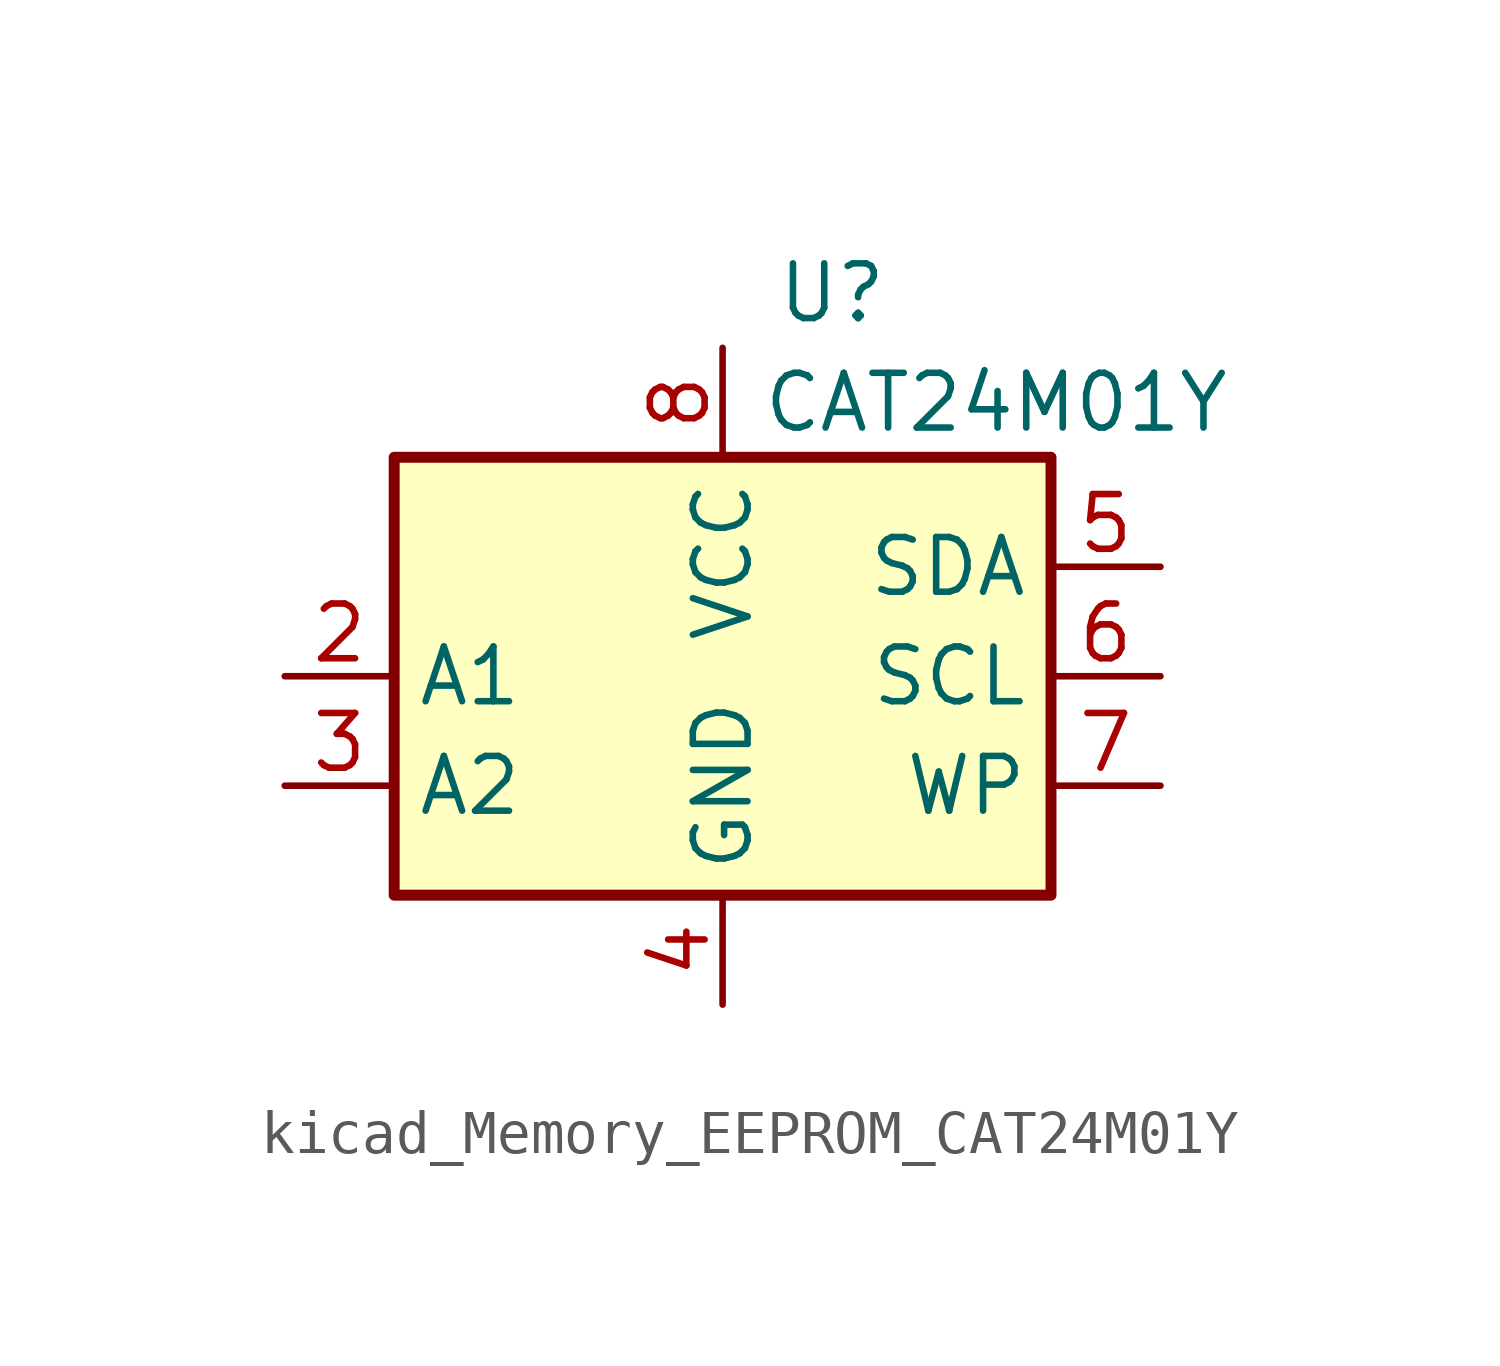
<source format=kicad_sym>
(kicad_symbol_lib
  (version 20220914)
  (generator kicad_symbol_editor)
  (symbol "kicad_Memory_EEPROM_CAT24M01Y"
    (property "Reference" "U"
      (at 2.54 8.89 0)
      (effects (font (size 1.27 1.27))))
    (property "Value" "CAT24M01Y"
      (at 6.35 6.35 0)
      (effects (font (size 1.27 1.27))))
    (symbol "kicad_Memory_EEPROM_CAT24M01Y_1_1"
      (rectangle (start -7.62 5.08) (end 7.62 -5.08) (stroke (width 0.254) (type default)) (fill (type background)))
      (pin no_connect line (at -7.62 2.54 0) (length 2.54) hide (name "NC" (effects (font (size 1.27 1.27)))) (number "1" (effects (font (size 1.27 1.27)))))
      (pin input line (at -10.16 0 0) (length 2.54) (name "A1" (effects (font (size 1.27 1.27)))) (number "2" (effects (font (size 1.27 1.27)))))
      (pin input line (at -10.16 -2.54 0) (length 2.54) (name "A2" (effects (font (size 1.27 1.27)))) (number "3" (effects (font (size 1.27 1.27)))))
      (pin power_in line (at 0 -7.62 90) (length 2.54) (name "GND" (effects (font (size 1.27 1.27)))) (number "4" (effects (font (size 1.27 1.27)))))
      (pin bidirectional line (at 10.16 2.54 180) (length 2.54) (name "SDA" (effects (font (size 1.27 1.27)))) (number "5" (effects (font (size 1.27 1.27)))))
      (pin input line (at 10.16 0 180) (length 2.54) (name "SCL" (effects (font (size 1.27 1.27)))) (number "6" (effects (font (size 1.27 1.27)))))
      (pin input line (at 10.16 -2.54 180) (length 2.54) (name "WP" (effects (font (size 1.27 1.27)))) (number "7" (effects (font (size 1.27 1.27)))))
      (pin power_in line (at 0 7.62 270) (length 2.54) (name "VCC" (effects (font (size 1.27 1.27)))) (number "8" (effects (font (size 1.27 1.27))))))))
</source>
